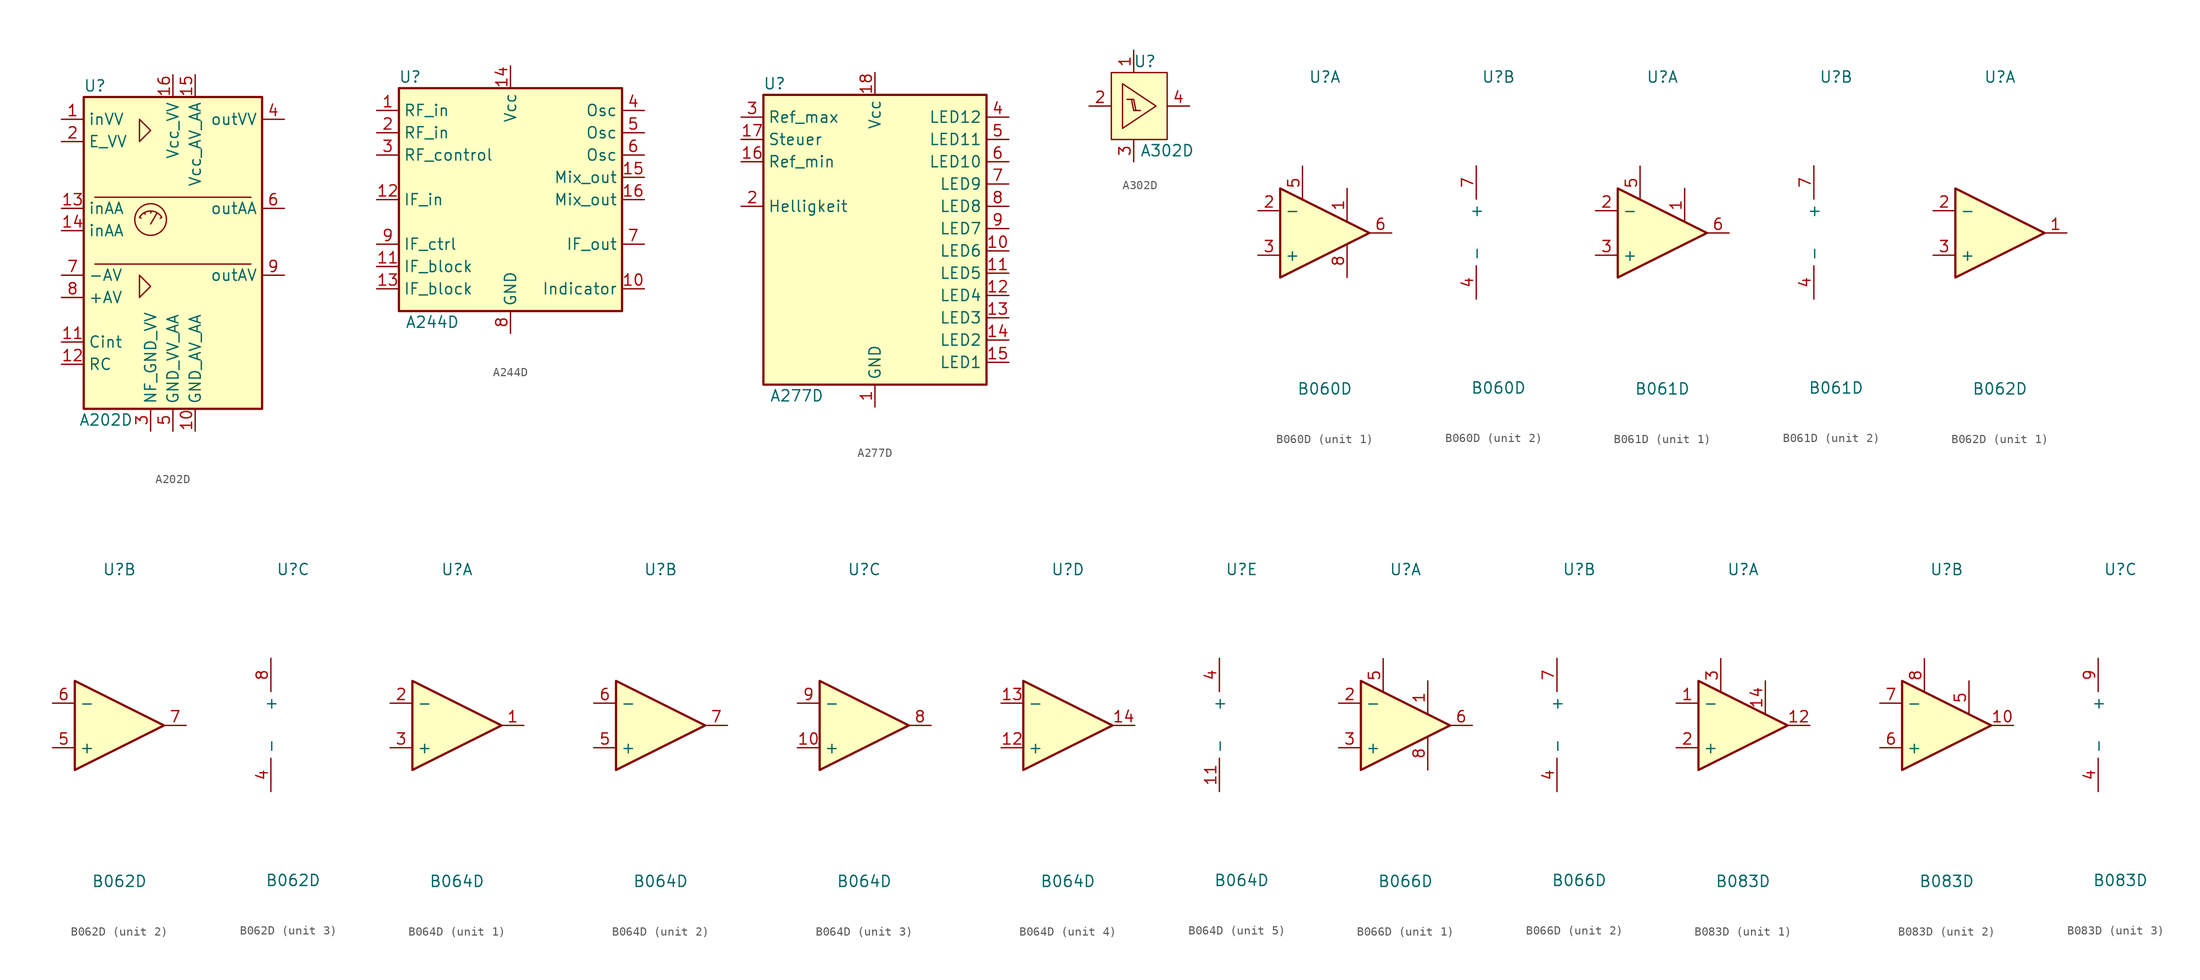
<source format=kicad_sym>
(kicad_symbol_lib
  (version 20211014)
  (generator kicad_symbol_editor)
  (symbol "A202D"
    (property "Reference" "U"
      (at -8.89 19.05 0)
      (effects (font (size 1.27 1.27))))
    (property "Value" "A202D"
      (at -7.62 -19.05 0)
      (effects (font (size 1.27 1.27))))
    (symbol "A202D_0_1"
      (rectangle (start -10.16 17.78) (end 10.16 -17.78) (stroke (width 0.254) (type default) (color 0 0 0 0)) (fill (type background)))
      (circle (center -2.54 3.81) (radius 1.803) (stroke (width 0) (type default) (color 0 0 0 0)) (fill (type none)))
      (arc (start -1.27 4.064) (mid -2.54 4.7831) (end -3.81 4.064) (stroke (width 0) (type default) (color 0 0 0 0)) (fill (type none)))
      (polyline (pts (xy -8.89 -1.27) (xy 8.89 -1.27)) (stroke (width 0) (type default) (color 0 0 0 0)) (fill (type none)))
      (polyline (pts (xy -8.89 6.35) (xy 8.89 6.35)) (stroke (width 0) (type default) (color 0 0 0 0)) (fill (type none)))
      (polyline (pts (xy -3.785 4.064) (xy -3.632 3.962)) (stroke (width 0) (type default) (color 0 0 0 0)) (fill (type none)))
      (polyline (pts (xy -3.251 4.547) (xy -3.15 4.42)) (stroke (width 0) (type default) (color 0 0 0 0)) (fill (type none)))
      (polyline (pts (xy -2.54 3.302) (xy -1.829 4.521)) (stroke (width 0) (type default) (color 0 0 0 0)) (fill (type none)))
      (polyline (pts (xy -2.515 4.674) (xy -2.515 4.547)) (stroke (width 0) (type default) (color 0 0 0 0)) (fill (type none)))
      (polyline (pts (xy -1.295 4.064) (xy -1.448 3.937)) (stroke (width 0) (type default) (color 0 0 0 0)) (fill (type none)))
      (polyline (pts (xy -3.81 -2.54) (xy -2.54 -3.81) (xy -3.81 -5.08) (xy -3.81 -2.54)) (stroke (width 0) (type default) (color 0 0 0 0)) (fill (type none)))
      (polyline (pts (xy -3.81 15.24) (xy -2.54 13.97) (xy -3.81 12.7) (xy -3.81 15.24)) (stroke (width 0) (type default) (color 0 0 0 0)) (fill (type none))))
    (symbol "A202D_1_1"
      (pin input line (at -12.7 15.24 0) (length 2.54) (name "inVV" (effects (font (size 1.27 1.27)))) (number "1" (effects (font (size 1.27 1.27)))))
      (pin power_in line (at 2.54 -20.32 90) (length 2.54) (name "GND_AV_AA" (effects (font (size 1.27 1.27)))) (number "10" (effects (font (size 1.27 1.27)))))
      (pin passive line (at -12.7 -10.16 0) (length 2.54) (name "Cint" (effects (font (size 1.27 1.27)))) (number "11" (effects (font (size 1.27 1.27)))))
      (pin passive line (at -12.7 -12.7 0) (length 2.54) (name "RC" (effects (font (size 1.27 1.27)))) (number "12" (effects (font (size 1.27 1.27)))))
      (pin input line (at -12.7 5.08 0) (length 2.54) (name "inAA" (effects (font (size 1.27 1.27)))) (number "13" (effects (font (size 1.27 1.27)))))
      (pin input line (at -12.7 2.54 0) (length 2.54) (name "inAA" (effects (font (size 1.27 1.27)))) (number "14" (effects (font (size 1.27 1.27)))))
      (pin power_in line (at 2.54 20.32 270) (length 2.54) (name "Vcc_AV_AA" (effects (font (size 1.27 1.27)))) (number "15" (effects (font (size 1.27 1.27)))))
      (pin power_in line (at 0 20.32 270) (length 2.54) (name "Vcc_VV" (effects (font (size 1.27 1.27)))) (number "16" (effects (font (size 1.27 1.27)))))
      (pin input line (at -12.7 12.7 0) (length 2.54) (name "E_VV" (effects (font (size 1.27 1.27)))) (number "2" (effects (font (size 1.27 1.27)))))
      (pin power_in line (at -2.54 -20.32 90) (length 2.54) (name "NF_GND_VV" (effects (font (size 1.27 1.27)))) (number "3" (effects (font (size 1.27 1.27)))))
      (pin output line (at 12.7 15.24 180) (length 2.54) (name "outVV" (effects (font (size 1.27 1.27)))) (number "4" (effects (font (size 1.27 1.27)))))
      (pin power_in line (at 0 -20.32 90) (length 2.54) (name "GND_VV_AA" (effects (font (size 1.27 1.27)))) (number "5" (effects (font (size 1.27 1.27)))))
      (pin output line (at 12.7 5.08 180) (length 2.54) (name "outAA" (effects (font (size 1.27 1.27)))) (number "6" (effects (font (size 1.27 1.27)))))
      (pin input line (at -12.7 -2.54 0) (length 2.54) (name "-AV" (effects (font (size 1.27 1.27)))) (number "7" (effects (font (size 1.27 1.27)))))
      (pin input line (at -12.7 -5.08 0) (length 2.54) (name "+AV" (effects (font (size 1.27 1.27)))) (number "8" (effects (font (size 1.27 1.27)))))
      (pin output line (at 12.7 -2.54 180) (length 2.54) (name "outAV" (effects (font (size 1.27 1.27)))) (number "9" (effects (font (size 1.27 1.27)))))))
  (symbol "A244D"
    (property "Reference" "U"
      (at -11.43 13.97 0)
      (effects (font (size 1.27 1.27))))
    (property "Value" "A244D"
      (at -8.89 -13.97 0)
      (effects (font (size 1.27 1.27))))
    (symbol "A244D_0_1"
      (rectangle (start -12.7 12.7) (end 12.7 -12.7) (stroke (width 0.254) (type default) (color 0 0 0 0)) (fill (type background))))
    (symbol "A244D_1_1"
      (pin input line (at -15.24 10.16 0) (length 2.54) (name "RF_in" (effects (font (size 1.27 1.27)))) (number "1" (effects (font (size 1.27 1.27)))))
      (pin output line (at 15.24 -10.16 180) (length 2.54) (name "Indicator" (effects (font (size 1.27 1.27)))) (number "10" (effects (font (size 1.27 1.27)))))
      (pin passive line (at -15.24 -7.62 0) (length 2.54) (name "IF_block" (effects (font (size 1.27 1.27)))) (number "11" (effects (font (size 1.27 1.27)))))
      (pin input line (at -15.24 0 0) (length 2.54) (name "IF_in" (effects (font (size 1.27 1.27)))) (number "12" (effects (font (size 1.27 1.27)))))
      (pin passive line (at -15.24 -10.16 0) (length 2.54) (name "IF_block" (effects (font (size 1.27 1.27)))) (number "13" (effects (font (size 1.27 1.27)))))
      (pin power_in line (at 0 15.24 270) (length 2.54) (name "Vcc" (effects (font (size 1.27 1.27)))) (number "14" (effects (font (size 1.27 1.27)))))
      (pin output line (at 15.24 2.54 180) (length 2.54) (name "Mix_out" (effects (font (size 1.27 1.27)))) (number "15" (effects (font (size 1.27 1.27)))))
      (pin output line (at 15.24 0 180) (length 2.54) (name "Mix_out" (effects (font (size 1.27 1.27)))) (number "16" (effects (font (size 1.27 1.27)))))
      (pin input line (at -15.24 7.62 0) (length 2.54) (name "RF_in" (effects (font (size 1.27 1.27)))) (number "2" (effects (font (size 1.27 1.27)))))
      (pin input line (at -15.24 5.08 0) (length 2.54) (name "RF_control" (effects (font (size 1.27 1.27)))) (number "3" (effects (font (size 1.27 1.27)))))
      (pin input line (at 15.24 10.16 180) (length 2.54) (name "Osc" (effects (font (size 1.27 1.27)))) (number "4" (effects (font (size 1.27 1.27)))))
      (pin input line (at 15.24 7.62 180) (length 2.54) (name "Osc" (effects (font (size 1.27 1.27)))) (number "5" (effects (font (size 1.27 1.27)))))
      (pin input line (at 15.24 5.08 180) (length 2.54) (name "Osc" (effects (font (size 1.27 1.27)))) (number "6" (effects (font (size 1.27 1.27)))))
      (pin output line (at 15.24 -5.08 180) (length 2.54) (name "IF_out" (effects (font (size 1.27 1.27)))) (number "7" (effects (font (size 1.27 1.27)))))
      (pin power_in line (at 0 -15.24 90) (length 2.54) (name "GND" (effects (font (size 1.27 1.27)))) (number "8" (effects (font (size 1.27 1.27)))))
      (pin input line (at -15.24 -5.08 0) (length 2.54) (name "IF_ctrl" (effects (font (size 1.27 1.27)))) (number "9" (effects (font (size 1.27 1.27)))))))
  (symbol "A277D"
    (property "Reference" "U"
      (at -11.43 17.78 0)
      (effects (font (size 1.27 1.27))))
    (property "Value" "A277D"
      (at -8.89 -17.78 0)
      (effects (font (size 1.27 1.27))))
    (symbol "A277D_0_1"
      (rectangle (start -12.7 16.51) (end 12.7 -16.51) (stroke (width 0.254) (type default) (color 0 0 0 0)) (fill (type background))))
    (symbol "A277D_1_1"
      (pin power_in line (at 0 -19.05 90) (length 2.54) (name "GND" (effects (font (size 1.27 1.27)))) (number "1" (effects (font (size 1.27 1.27)))))
      (pin output line (at 15.24 -1.27 180) (length 2.54) (name "LED6" (effects (font (size 1.27 1.27)))) (number "10" (effects (font (size 1.27 1.27)))))
      (pin output line (at 15.24 -3.81 180) (length 2.54) (name "LED5" (effects (font (size 1.27 1.27)))) (number "11" (effects (font (size 1.27 1.27)))))
      (pin output line (at 15.24 -6.35 180) (length 2.54) (name "LED4" (effects (font (size 1.27 1.27)))) (number "12" (effects (font (size 1.27 1.27)))))
      (pin output line (at 15.24 -8.89 180) (length 2.54) (name "LED3" (effects (font (size 1.27 1.27)))) (number "13" (effects (font (size 1.27 1.27)))))
      (pin output line (at 15.24 -11.43 180) (length 2.54) (name "LED2" (effects (font (size 1.27 1.27)))) (number "14" (effects (font (size 1.27 1.27)))))
      (pin output line (at 15.24 -13.97 180) (length 2.54) (name "LED1" (effects (font (size 1.27 1.27)))) (number "15" (effects (font (size 1.27 1.27)))))
      (pin input line (at -15.24 8.89 0) (length 2.54) (name "Ref_min" (effects (font (size 1.27 1.27)))) (number "16" (effects (font (size 1.27 1.27)))))
      (pin input line (at -15.24 11.43 0) (length 2.54) (name "Steuer" (effects (font (size 1.27 1.27)))) (number "17" (effects (font (size 1.27 1.27)))))
      (pin power_in line (at 0 19.05 270) (length 2.54) (name "Vcc" (effects (font (size 1.27 1.27)))) (number "18" (effects (font (size 1.27 1.27)))))
      (pin passive line (at -15.24 3.81 0) (length 2.54) (name "Helligkeit" (effects (font (size 1.27 1.27)))) (number "2" (effects (font (size 1.27 1.27)))))
      (pin input line (at -15.24 13.97 0) (length 2.54) (name "Ref_max" (effects (font (size 1.27 1.27)))) (number "3" (effects (font (size 1.27 1.27)))))
      (pin output line (at 15.24 13.97 180) (length 2.54) (name "LED12" (effects (font (size 1.27 1.27)))) (number "4" (effects (font (size 1.27 1.27)))))
      (pin output line (at 15.24 11.43 180) (length 2.54) (name "LED11" (effects (font (size 1.27 1.27)))) (number "5" (effects (font (size 1.27 1.27)))))
      (pin output line (at 15.24 8.89 180) (length 2.54) (name "LED10" (effects (font (size 1.27 1.27)))) (number "6" (effects (font (size 1.27 1.27)))))
      (pin output line (at 15.24 6.35 180) (length 2.54) (name "LED9" (effects (font (size 1.27 1.27)))) (number "7" (effects (font (size 1.27 1.27)))))
      (pin output line (at 15.24 3.81 180) (length 2.54) (name "LED8" (effects (font (size 1.27 1.27)))) (number "8" (effects (font (size 1.27 1.27)))))
      (pin output line (at 15.24 1.27 180) (length 2.54) (name "LED7" (effects (font (size 1.27 1.27)))) (number "9" (effects (font (size 1.27 1.27)))))))
  (symbol "A302D"
    (pin_names
      (offset 1.016))
    (property "Reference" "U"
      (at 1.27 5.08 0)
      (effects (font (size 1.27 1.27))))
    (property "Value" "A302D"
      (at 3.81 -5.08 0)
      (effects (font (size 1.27 1.27))))
    (symbol "A302D_0_1"
      (rectangle (start -2.54 3.81) (end 3.81 -3.81) (stroke (width 0) (type default) (color 0 0 0 0)) (fill (type background)))
      (polyline (pts (xy -0.762 0.762) (xy 0 0.762) (xy 0.254 -0.508)) (stroke (width 0) (type default) (color 0 0 0 0)) (fill (type none)))
      (polyline (pts (xy -0.254 0.762) (xy 0 -0.508) (xy 0.762 -0.508)) (stroke (width 0) (type default) (color 0 0 0 0)) (fill (type none)))
      (polyline (pts (xy -1.27 2.54) (xy 2.54 0) (xy -1.27 -2.54) (xy -1.27 2.54)) (stroke (width 0) (type default) (color 0 0 0 0)) (fill (type none))))
    (symbol "A302D_1_1"
      (pin power_in line (at 0 6.35 270) (length 2.54) (name "~" (effects (font (size 1.27 1.27)))) (number "1" (effects (font (size 1.27 1.27)))))
      (pin input line (at -5.08 0 0) (length 2.54) (name "~" (effects (font (size 1.27 1.27)))) (number "2" (effects (font (size 1.27 1.27)))))
      (pin power_in line (at 0 -6.35 90) (length 2.54) (name "~" (effects (font (size 1.27 1.27)))) (number "3" (effects (font (size 1.27 1.27)))))
      (pin output line (at 6.35 0 180) (length 2.54) (name "~" (effects (font (size 1.27 1.27)))) (number "4" (effects (font (size 1.27 1.27)))))))
  (symbol "B060D"
    (property "Reference" "U"
      (at 0 17.78 0)
      (effects (font (size 1.27 1.27))))
    (property "Value" "B060D"
      (at 0 -17.78 0)
      (effects (font (size 1.27 1.27))))
    (property "ki_locked" ""
      (at 0 0 0)
      (effects (font (size 1.27 1.27))))
    (symbol "B060D_1_1"
      (polyline (pts (xy -5.08 5.08) (xy 5.08 0) (xy -5.08 -5.08) (xy -5.08 5.08)) (stroke (width 0.254) (type default) (color 0 0 0 0)) (fill (type background)))
      (pin passive line (at 2.54 5.08 270) (length 3.81) (name "~" (effects (font (size 1.27 1.27)))) (number "1" (effects (font (size 1.27 1.27)))))
      (pin input line (at -7.62 2.54 0) (length 2.54) (name "-" (effects (font (size 1.27 1.27)))) (number "2" (effects (font (size 1.27 1.27)))))
      (pin input line (at -7.62 -2.54 0) (length 2.54) (name "+" (effects (font (size 1.27 1.27)))) (number "3" (effects (font (size 1.27 1.27)))))
      (pin passive line (at -2.54 7.62 270) (length 3.81) (name "~" (effects (font (size 1.27 1.27)))) (number "5" (effects (font (size 1.27 1.27)))))
      (pin output line (at 7.62 0 180) (length 2.54) (name "~" (effects (font (size 1.27 1.27)))) (number "6" (effects (font (size 1.27 1.27)))))
      (pin passive line (at 2.54 -5.08 90) (length 3.81) (name "~" (effects (font (size 1.27 1.27)))) (number "8" (effects (font (size 1.27 1.27))))))
    (symbol "B060D_2_1"
      (pin power_in line (at -2.54 -7.62 90) (length 3.81) (name "-" (effects (font (size 1.27 1.27)))) (number "4" (effects (font (size 1.27 1.27)))))
      (pin power_in line (at -2.54 7.62 270) (length 3.81) (name "+" (effects (font (size 1.27 1.27)))) (number "7" (effects (font (size 1.27 1.27)))))))
  (symbol "B061D"
    (property "Reference" "U"
      (at 0 17.78 0)
      (effects (font (size 1.27 1.27))))
    (property "Value" "B061D"
      (at 0 -17.78 0)
      (effects (font (size 1.27 1.27))))
    (property "ki_locked" ""
      (at 0 0 0)
      (effects (font (size 1.27 1.27))))
    (symbol "B061D_1_1"
      (polyline (pts (xy -5.08 5.08) (xy 5.08 0) (xy -5.08 -5.08) (xy -5.08 5.08)) (stroke (width 0.254) (type default) (color 0 0 0 0)) (fill (type background)))
      (pin passive line (at 2.54 5.08 270) (length 3.81) (name "~" (effects (font (size 1.27 1.27)))) (number "1" (effects (font (size 1.27 1.27)))))
      (pin input line (at -7.62 2.54 0) (length 2.54) (name "-" (effects (font (size 1.27 1.27)))) (number "2" (effects (font (size 1.27 1.27)))))
      (pin input line (at -7.62 -2.54 0) (length 2.54) (name "+" (effects (font (size 1.27 1.27)))) (number "3" (effects (font (size 1.27 1.27)))))
      (pin passive line (at -2.54 7.62 270) (length 3.81) (name "~" (effects (font (size 1.27 1.27)))) (number "5" (effects (font (size 1.27 1.27)))))
      (pin output line (at 7.62 0 180) (length 2.54) (name "~" (effects (font (size 1.27 1.27)))) (number "6" (effects (font (size 1.27 1.27)))))
      (pin no_connect line (at 0 -2.54 90) (length 2.54) hide (name "~" (effects (font (size 1.27 1.27)))) (number "8" (effects (font (size 1.27 1.27))))))
    (symbol "B061D_2_1"
      (pin power_in line (at -2.54 -7.62 90) (length 3.81) (name "-" (effects (font (size 1.27 1.27)))) (number "4" (effects (font (size 1.27 1.27)))))
      (pin power_in line (at -2.54 7.62 270) (length 3.81) (name "+" (effects (font (size 1.27 1.27)))) (number "7" (effects (font (size 1.27 1.27)))))))
  (symbol "B062D"
    (property "Reference" "U"
      (at 0 17.78 0)
      (effects (font (size 1.27 1.27))))
    (property "Value" "B062D"
      (at 0 -17.78 0)
      (effects (font (size 1.27 1.27))))
    (property "ki_locked" ""
      (at 0 0 0)
      (effects (font (size 1.27 1.27))))
    (symbol "B062D_1_1"
      (polyline (pts (xy -5.08 5.08) (xy 5.08 0) (xy -5.08 -5.08) (xy -5.08 5.08)) (stroke (width 0.254) (type default) (color 0 0 0 0)) (fill (type background)))
      (pin output line (at 7.62 0 180) (length 2.54) (name "~" (effects (font (size 1.27 1.27)))) (number "1" (effects (font (size 1.27 1.27)))))
      (pin input line (at -7.62 2.54 0) (length 2.54) (name "-" (effects (font (size 1.27 1.27)))) (number "2" (effects (font (size 1.27 1.27)))))
      (pin input line (at -7.62 -2.54 0) (length 2.54) (name "+" (effects (font (size 1.27 1.27)))) (number "3" (effects (font (size 1.27 1.27))))))
    (symbol "B062D_2_1"
      (polyline (pts (xy -5.08 5.08) (xy 5.08 0) (xy -5.08 -5.08) (xy -5.08 5.08)) (stroke (width 0.254) (type default) (color 0 0 0 0)) (fill (type background)))
      (pin input line (at -7.62 -2.54 0) (length 2.54) (name "+" (effects (font (size 1.27 1.27)))) (number "5" (effects (font (size 1.27 1.27)))))
      (pin input line (at -7.62 2.54 0) (length 2.54) (name "-" (effects (font (size 1.27 1.27)))) (number "6" (effects (font (size 1.27 1.27)))))
      (pin output line (at 7.62 0 180) (length 2.54) (name "~" (effects (font (size 1.27 1.27)))) (number "7" (effects (font (size 1.27 1.27))))))
    (symbol "B062D_3_1"
      (pin power_in line (at -2.54 -7.62 90) (length 3.81) (name "-" (effects (font (size 1.27 1.27)))) (number "4" (effects (font (size 1.27 1.27)))))
      (pin power_in line (at -2.54 7.62 270) (length 3.81) (name "+" (effects (font (size 1.27 1.27)))) (number "8" (effects (font (size 1.27 1.27)))))))
  (symbol "B064D"
    (property "Reference" "U"
      (at 0 17.78 0)
      (effects (font (size 1.27 1.27))))
    (property "Value" "B064D"
      (at 0 -17.78 0)
      (effects (font (size 1.27 1.27))))
    (property "ki_locked" ""
      (at 0 0 0)
      (effects (font (size 1.27 1.27))))
    (symbol "B064D_1_1"
      (polyline (pts (xy -5.08 5.08) (xy 5.08 0) (xy -5.08 -5.08) (xy -5.08 5.08)) (stroke (width 0.254) (type default) (color 0 0 0 0)) (fill (type background)))
      (pin output line (at 7.62 0 180) (length 2.54) (name "~" (effects (font (size 1.27 1.27)))) (number "1" (effects (font (size 1.27 1.27)))))
      (pin input line (at -7.62 2.54 0) (length 2.54) (name "-" (effects (font (size 1.27 1.27)))) (number "2" (effects (font (size 1.27 1.27)))))
      (pin input line (at -7.62 -2.54 0) (length 2.54) (name "+" (effects (font (size 1.27 1.27)))) (number "3" (effects (font (size 1.27 1.27))))))
    (symbol "B064D_2_1"
      (polyline (pts (xy -5.08 5.08) (xy 5.08 0) (xy -5.08 -5.08) (xy -5.08 5.08)) (stroke (width 0.254) (type default) (color 0 0 0 0)) (fill (type background)))
      (pin input line (at -7.62 -2.54 0) (length 2.54) (name "+" (effects (font (size 1.27 1.27)))) (number "5" (effects (font (size 1.27 1.27)))))
      (pin input line (at -7.62 2.54 0) (length 2.54) (name "-" (effects (font (size 1.27 1.27)))) (number "6" (effects (font (size 1.27 1.27)))))
      (pin output line (at 7.62 0 180) (length 2.54) (name "~" (effects (font (size 1.27 1.27)))) (number "7" (effects (font (size 1.27 1.27))))))
    (symbol "B064D_3_1"
      (polyline (pts (xy -5.08 5.08) (xy 5.08 0) (xy -5.08 -5.08) (xy -5.08 5.08)) (stroke (width 0.254) (type default) (color 0 0 0 0)) (fill (type background)))
      (pin input line (at -7.62 -2.54 0) (length 2.54) (name "+" (effects (font (size 1.27 1.27)))) (number "10" (effects (font (size 1.27 1.27)))))
      (pin output line (at 7.62 0 180) (length 2.54) (name "~" (effects (font (size 1.27 1.27)))) (number "8" (effects (font (size 1.27 1.27)))))
      (pin input line (at -7.62 2.54 0) (length 2.54) (name "-" (effects (font (size 1.27 1.27)))) (number "9" (effects (font (size 1.27 1.27))))))
    (symbol "B064D_4_1"
      (polyline (pts (xy -5.08 5.08) (xy 5.08 0) (xy -5.08 -5.08) (xy -5.08 5.08)) (stroke (width 0.254) (type default) (color 0 0 0 0)) (fill (type background)))
      (pin input line (at -7.62 -2.54 0) (length 2.54) (name "+" (effects (font (size 1.27 1.27)))) (number "12" (effects (font (size 1.27 1.27)))))
      (pin input line (at -7.62 2.54 0) (length 2.54) (name "-" (effects (font (size 1.27 1.27)))) (number "13" (effects (font (size 1.27 1.27)))))
      (pin output line (at 7.62 0 180) (length 2.54) (name "~" (effects (font (size 1.27 1.27)))) (number "14" (effects (font (size 1.27 1.27))))))
    (symbol "B064D_5_1"
      (pin power_in line (at -2.54 -7.62 90) (length 3.81) (name "-" (effects (font (size 1.27 1.27)))) (number "11" (effects (font (size 1.27 1.27)))))
      (pin power_in line (at -2.54 7.62 270) (length 3.81) (name "+" (effects (font (size 1.27 1.27)))) (number "4" (effects (font (size 1.27 1.27)))))))
  (symbol "B066D"
    (property "Reference" "U"
      (at 0 17.78 0)
      (effects (font (size 1.27 1.27))))
    (property "Value" "B066D"
      (at 0 -17.78 0)
      (effects (font (size 1.27 1.27))))
    (property "ki_locked" ""
      (at 0 0 0)
      (effects (font (size 1.27 1.27))))
    (symbol "B066D_1_1"
      (polyline (pts (xy -5.08 5.08) (xy 5.08 0) (xy -5.08 -5.08) (xy -5.08 5.08)) (stroke (width 0.254) (type default) (color 0 0 0 0)) (fill (type background)))
      (pin passive line (at 2.54 5.08 270) (length 3.81) (name "~" (effects (font (size 1.27 1.27)))) (number "1" (effects (font (size 1.27 1.27)))))
      (pin input line (at -7.62 2.54 0) (length 2.54) (name "-" (effects (font (size 1.27 1.27)))) (number "2" (effects (font (size 1.27 1.27)))))
      (pin input line (at -7.62 -2.54 0) (length 2.54) (name "+" (effects (font (size 1.27 1.27)))) (number "3" (effects (font (size 1.27 1.27)))))
      (pin passive line (at -2.54 7.62 270) (length 3.81) (name "~" (effects (font (size 1.27 1.27)))) (number "5" (effects (font (size 1.27 1.27)))))
      (pin output line (at 7.62 0 180) (length 2.54) (name "~" (effects (font (size 1.27 1.27)))) (number "6" (effects (font (size 1.27 1.27)))))
      (pin passive line (at 2.54 -5.08 90) (length 3.81) (name "~" (effects (font (size 1.27 1.27)))) (number "8" (effects (font (size 1.27 1.27))))))
    (symbol "B066D_2_1"
      (pin power_in line (at -2.54 -7.62 90) (length 3.81) (name "-" (effects (font (size 1.27 1.27)))) (number "4" (effects (font (size 1.27 1.27)))))
      (pin power_in line (at -2.54 7.62 270) (length 3.81) (name "+" (effects (font (size 1.27 1.27)))) (number "7" (effects (font (size 1.27 1.27)))))))
  (symbol "B083D"
    (property "Reference" "U"
      (at 0 17.78 0)
      (effects (font (size 1.27 1.27))))
    (property "Value" "B083D"
      (at 0 -17.78 0)
      (effects (font (size 1.27 1.27))))
    (property "ki_locked" ""
      (at 0 0 0)
      (effects (font (size 1.27 1.27))))
    (symbol "B083D_1_1"
      (polyline (pts (xy -5.08 5.08) (xy 5.08 0) (xy -5.08 -5.08) (xy -5.08 5.08)) (stroke (width 0.254) (type default) (color 0 0 0 0)) (fill (type background)))
      (pin input line (at -7.62 2.54 0) (length 2.54) (name "-" (effects (font (size 1.27 1.27)))) (number "1" (effects (font (size 1.27 1.27)))))
      (pin no_connect line (at 0 -2.54 90) (length 3.81) hide (name "~" (effects (font (size 1.27 1.27)))) (number "11" (effects (font (size 1.27 1.27)))))
      (pin output line (at 7.62 0 180) (length 2.54) (name "~" (effects (font (size 1.27 1.27)))) (number "12" (effects (font (size 1.27 1.27)))))
      (pin passive line (at 2.54 5.08 270) (length 3.81) (name "~" (effects (font (size 1.27 1.27)))) (number "14" (effects (font (size 1.27 1.27)))))
      (pin input line (at -7.62 -2.54 0) (length 2.54) (name "+" (effects (font (size 1.27 1.27)))) (number "2" (effects (font (size 1.27 1.27)))))
      (pin passive line (at -2.54 7.62 270) (length 3.81) (name "~" (effects (font (size 1.27 1.27)))) (number "3" (effects (font (size 1.27 1.27))))))
    (symbol "B083D_2_1"
      (polyline (pts (xy -5.08 5.08) (xy 5.08 0) (xy -5.08 -5.08) (xy -5.08 5.08)) (stroke (width 0.254) (type default) (color 0 0 0 0)) (fill (type background)))
      (pin output line (at 7.62 0 180) (length 2.54) (name "~" (effects (font (size 1.27 1.27)))) (number "10" (effects (font (size 1.27 1.27)))))
      (pin passive line (at 2.54 5.08 270) (length 3.81) (name "~" (effects (font (size 1.27 1.27)))) (number "5" (effects (font (size 1.27 1.27)))))
      (pin input line (at -7.62 -2.54 0) (length 2.54) (name "+" (effects (font (size 1.27 1.27)))) (number "6" (effects (font (size 1.27 1.27)))))
      (pin input line (at -7.62 2.54 0) (length 2.54) (name "-" (effects (font (size 1.27 1.27)))) (number "7" (effects (font (size 1.27 1.27)))))
      (pin passive line (at -2.54 7.62 270) (length 3.81) (name "~" (effects (font (size 1.27 1.27)))) (number "8" (effects (font (size 1.27 1.27))))))
    (symbol "B083D_3_1"
      (pin passive line (at -2.54 7.62 270) (length 3.81) hide (name "+" (effects (font (size 1.27 1.27)))) (number "13" (effects (font (size 1.27 1.27)))))
      (pin power_in line (at -2.54 -7.62 90) (length 3.81) (name "-" (effects (font (size 1.27 1.27)))) (number "4" (effects (font (size 1.27 1.27)))))
      (pin power_in line (at -2.54 7.62 270) (length 3.81) (name "+" (effects (font (size 1.27 1.27)))) (number "9" (effects (font (size 1.27 1.27))))))))
</source>
